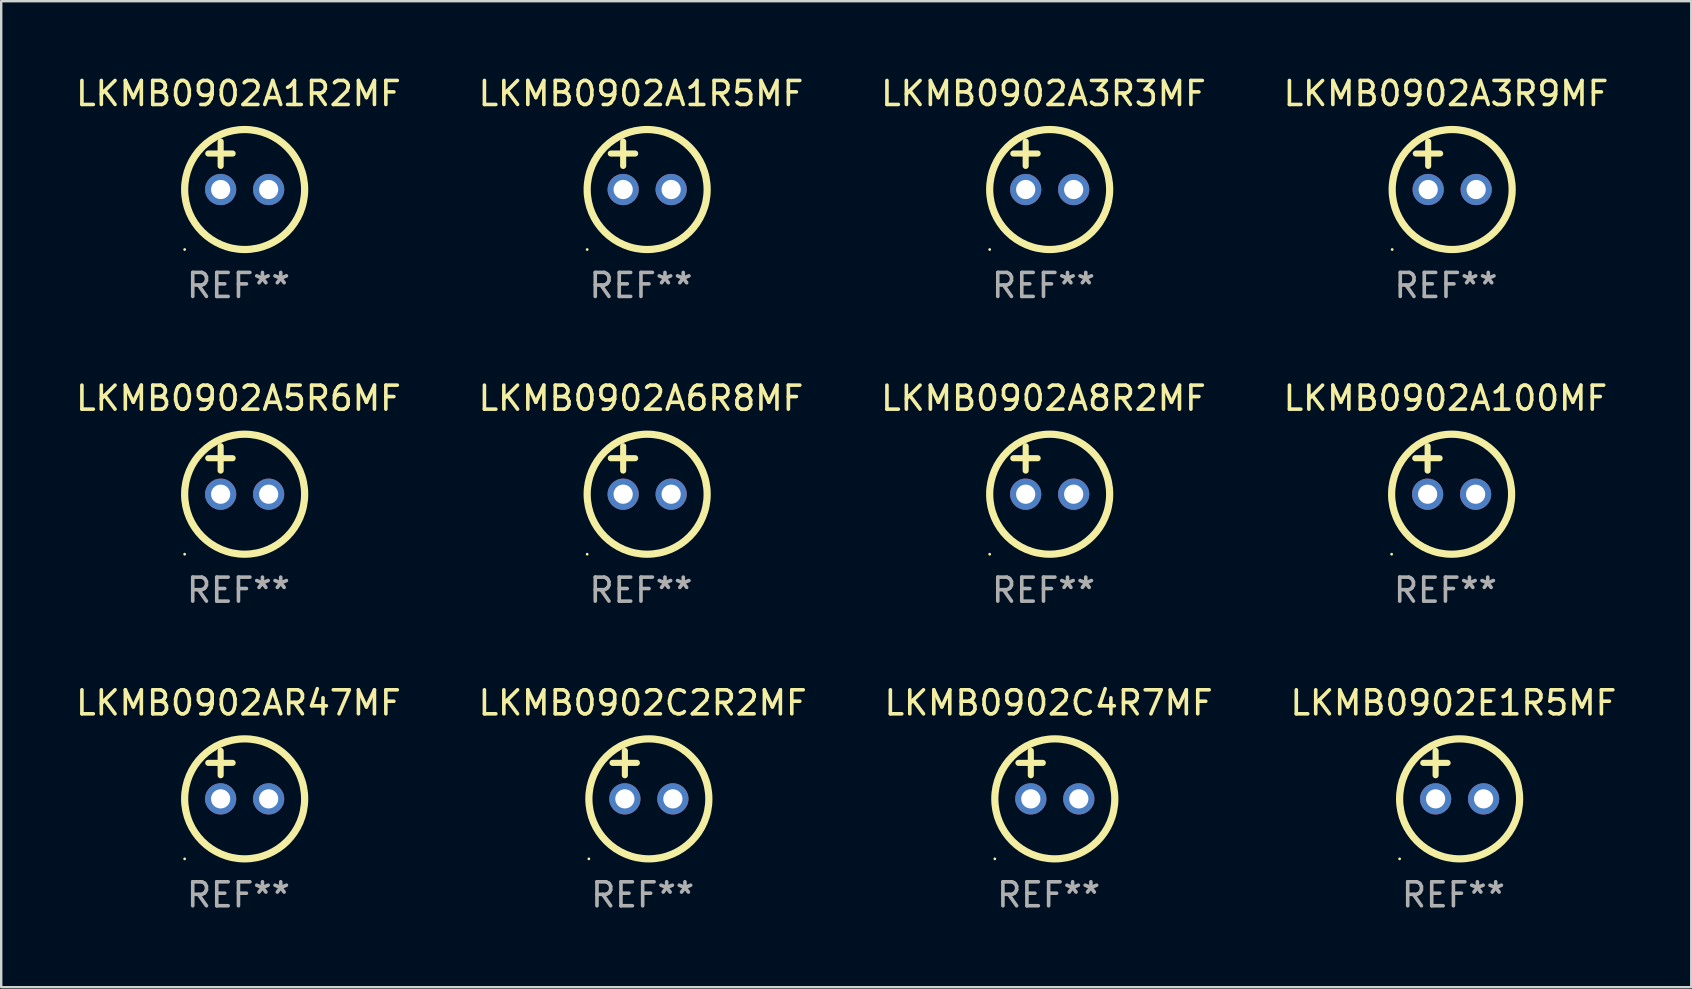
<source format=kicad_pcb>
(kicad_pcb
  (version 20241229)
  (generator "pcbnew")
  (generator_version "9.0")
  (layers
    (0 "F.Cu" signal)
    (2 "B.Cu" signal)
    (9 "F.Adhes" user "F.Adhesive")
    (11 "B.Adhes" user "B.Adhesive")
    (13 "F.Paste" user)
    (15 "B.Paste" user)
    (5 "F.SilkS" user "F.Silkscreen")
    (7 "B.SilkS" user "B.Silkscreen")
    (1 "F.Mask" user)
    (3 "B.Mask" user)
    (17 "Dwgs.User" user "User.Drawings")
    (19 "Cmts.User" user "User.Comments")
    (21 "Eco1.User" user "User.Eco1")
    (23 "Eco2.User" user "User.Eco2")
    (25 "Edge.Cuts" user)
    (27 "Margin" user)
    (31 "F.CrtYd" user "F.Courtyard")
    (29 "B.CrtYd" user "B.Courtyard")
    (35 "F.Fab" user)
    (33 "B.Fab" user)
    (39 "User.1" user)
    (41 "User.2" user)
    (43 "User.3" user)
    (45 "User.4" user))
  (footprint "LKMB0902A1R2MF"
    (layer "F.Cu")
    (at 6.887 3.848)
    (property "Reference" "LKMB0902A1R2MF" (at 0 -3 0) (layer "F.SilkS") (effects (font (size 1 1) (thickness 0.15))))
    (attr through_hole)
    (fp_line (start -1.258 -0.5) (end -0.242 -0.5) (stroke (width 0.254) (type solid)) (layer "F.SilkS"))
    (fp_line (start -0.742 -1) (end -0.742 0.016) (stroke (width 0.254) (type solid)) (layer "F.SilkS"))
    (fp_circle (center -2.242 3.5) (end -2.212 3.5) (stroke (width 0.06) (type solid)) (fill no) (layer "F.SilkS"))
    (fp_circle (center 0.258 1) (end 2.758 1) (stroke (width 0.3) (type solid)) (fill no) (layer "F.SilkS"))
    (fp_text user "REF**" (at 0 5 0) (layer "F.Fab") (effects (font (size 1 1) (thickness 0.15))))
    (pad "1" thru_hole circle (at -0.742 1) (size 1.3 1.3) (drill 0.8) (layers "*.Cu" "*.Mask"))
    (pad "2" thru_hole circle (at 1.258 1) (size 1.3 1.3) (drill 0.8) (layers "*.Cu" "*.Mask")))
  (footprint "LKMB0902AR47MF"
    (layer "F.Cu")
    (at 6.887 29.241)
    (property "Reference" "LKMB0902AR47MF" (at 0 -3 0) (layer "F.SilkS") (effects (font (size 1 1) (thickness 0.15))))
    (attr through_hole)
    (fp_line (start -1.258 -0.5) (end -0.242 -0.5) (stroke (width 0.254) (type solid)) (layer "F.SilkS"))
    (fp_line (start -0.742 -1) (end -0.742 0.016) (stroke (width 0.254) (type solid)) (layer "F.SilkS"))
    (fp_circle (center -2.242 3.5) (end -2.212 3.5) (stroke (width 0.06) (type solid)) (fill no) (layer "F.SilkS"))
    (fp_circle (center 0.258 1) (end 2.758 1) (stroke (width 0.3) (type solid)) (fill no) (layer "F.SilkS"))
    (fp_text user "REF**" (at 0 5 0) (layer "F.Fab") (effects (font (size 1 1) (thickness 0.15))))
    (pad "1" thru_hole circle (at -0.742 1) (size 1.3 1.3) (drill 0.8) (layers "*.Cu" "*.Mask"))
    (pad "2" thru_hole circle (at 1.258 1) (size 1.3 1.3) (drill 0.8) (layers "*.Cu" "*.Mask")))
  (footprint "LKMB0902A3R9MF"
    (layer "F.Cu")
    (at 57.208 3.848)
    (property "Reference" "LKMB0902A3R9MF" (at 0 -3 0) (layer "F.SilkS") (effects (font (size 1 1) (thickness 0.15))))
    (attr through_hole)
    (fp_line (start -1.258 -0.5) (end -0.242 -0.5) (stroke (width 0.254) (type solid)) (layer "F.SilkS"))
    (fp_line (start -0.742 -1) (end -0.742 0.016) (stroke (width 0.254) (type solid)) (layer "F.SilkS"))
    (fp_circle (center -2.242 3.5) (end -2.212 3.5) (stroke (width 0.06) (type solid)) (fill no) (layer "F.SilkS"))
    (fp_circle (center 0.258 1) (end 2.758 1) (stroke (width 0.3) (type solid)) (fill no) (layer "F.SilkS"))
    (fp_text user "REF**" (at 0 5 0) (layer "F.Fab") (effects (font (size 1 1) (thickness 0.15))))
    (pad "1" thru_hole circle (at -0.742 1) (size 1.3 1.3) (drill 0.8) (layers "*.Cu" "*.Mask"))
    (pad "2" thru_hole circle (at 1.258 1) (size 1.3 1.3) (drill 0.8) (layers "*.Cu" "*.Mask")))
  (footprint "LKMB0902C2R2MF"
    (layer "F.Cu")
    (at 23.732 29.241)
    (property "Reference" "LKMB0902C2R2MF" (at 0 -3 0) (layer "F.SilkS") (effects (font (size 1 1) (thickness 0.15))))
    (attr through_hole)
    (fp_line (start -1.258 -0.5) (end -0.242 -0.5) (stroke (width 0.254) (type solid)) (layer "F.SilkS"))
    (fp_line (start -0.742 -1) (end -0.742 0.016) (stroke (width 0.254) (type solid)) (layer "F.SilkS"))
    (fp_circle (center -2.242 3.5) (end -2.212 3.5) (stroke (width 0.06) (type solid)) (fill no) (layer "F.SilkS"))
    (fp_circle (center 0.258 1) (end 2.758 1) (stroke (width 0.3) (type solid)) (fill no) (layer "F.SilkS"))
    (fp_text user "REF**" (at 0 5 0) (layer "F.Fab") (effects (font (size 1 1) (thickness 0.15))))
    (pad "1" thru_hole circle (at -0.742 1) (size 1.3 1.3) (drill 0.8) (layers "*.Cu" "*.Mask"))
    (pad "2" thru_hole circle (at 1.258 1) (size 1.3 1.3) (drill 0.8) (layers "*.Cu" "*.Mask")))
  (footprint "LKMB0902E1R5MF"
    (layer "F.Cu")
    (at 57.518 29.241)
    (property "Reference" "LKMB0902E1R5MF" (at 0 -3 0) (layer "F.SilkS") (effects (font (size 1 1) (thickness 0.15))))
    (attr through_hole)
    (fp_line (start -1.258 -0.5) (end -0.242 -0.5) (stroke (width 0.254) (type solid)) (layer "F.SilkS"))
    (fp_line (start -0.742 -1) (end -0.742 0.016) (stroke (width 0.254) (type solid)) (layer "F.SilkS"))
    (fp_circle (center -2.242 3.5) (end -2.212 3.5) (stroke (width 0.06) (type solid)) (fill no) (layer "F.SilkS"))
    (fp_circle (center 0.258 1) (end 2.758 1) (stroke (width 0.3) (type solid)) (fill no) (layer "F.SilkS"))
    (fp_text user "REF**" (at 0 5 0) (layer "F.Fab") (effects (font (size 1 1) (thickness 0.15))))
    (pad "1" thru_hole circle (at -0.742 1) (size 1.3 1.3) (drill 0.8) (layers "*.Cu" "*.Mask"))
    (pad "2" thru_hole circle (at 1.258 1) (size 1.3 1.3) (drill 0.8) (layers "*.Cu" "*.Mask")))
  (footprint "LKMB0902A100MF"
    (layer "F.Cu")
    (at 57.185 16.545)
    (property "Reference" "LKMB0902A100MF" (at 0 -3 0) (layer "F.SilkS") (effects (font (size 1 1) (thickness 0.15))))
    (attr through_hole)
    (fp_line (start -1.258 -0.5) (end -0.242 -0.5) (stroke (width 0.254) (type solid)) (layer "F.SilkS"))
    (fp_line (start -0.742 -1) (end -0.742 0.016) (stroke (width 0.254) (type solid)) (layer "F.SilkS"))
    (fp_circle (center -2.242 3.5) (end -2.212 3.5) (stroke (width 0.06) (type solid)) (fill no) (layer "F.SilkS"))
    (fp_circle (center 0.258 1) (end 2.758 1) (stroke (width 0.3) (type solid)) (fill no) (layer "F.SilkS"))
    (fp_text user "REF**" (at 0 5 0) (layer "F.Fab") (effects (font (size 1 1) (thickness 0.15))))
    (pad "1" thru_hole circle (at -0.742 1) (size 1.3 1.3) (drill 0.8) (layers "*.Cu" "*.Mask"))
    (pad "2" thru_hole circle (at 1.258 1) (size 1.3 1.3) (drill 0.8) (layers "*.Cu" "*.Mask")))
  (footprint "LKMB0902A1R5MF"
    (layer "F.Cu")
    (at 23.661 3.848)
    (property "Reference" "LKMB0902A1R5MF" (at 0 -3 0) (layer "F.SilkS") (effects (font (size 1 1) (thickness 0.15))))
    (attr through_hole)
    (fp_line (start -1.258 -0.5) (end -0.242 -0.5) (stroke (width 0.254) (type solid)) (layer "F.SilkS"))
    (fp_line (start -0.742 -1) (end -0.742 0.016) (stroke (width 0.254) (type solid)) (layer "F.SilkS"))
    (fp_circle (center -2.242 3.5) (end -2.212 3.5) (stroke (width 0.06) (type solid)) (fill no) (layer "F.SilkS"))
    (fp_circle (center 0.258 1) (end 2.758 1) (stroke (width 0.3) (type solid)) (fill no) (layer "F.SilkS"))
    (fp_text user "REF**" (at 0 5 0) (layer "F.Fab") (effects (font (size 1 1) (thickness 0.15))))
    (pad "1" thru_hole circle (at -0.742 1) (size 1.3 1.3) (drill 0.8) (layers "*.Cu" "*.Mask"))
    (pad "2" thru_hole circle (at 1.258 1) (size 1.3 1.3) (drill 0.8) (layers "*.Cu" "*.Mask")))
  (footprint "LKMB0902A5R6MF"
    (layer "F.Cu")
    (at 6.887 16.545)
    (property "Reference" "LKMB0902A5R6MF" (at 0 -3 0) (layer "F.SilkS") (effects (font (size 1 1) (thickness 0.15))))
    (attr through_hole)
    (fp_line (start -1.258 -0.5) (end -0.242 -0.5) (stroke (width 0.254) (type solid)) (layer "F.SilkS"))
    (fp_line (start -0.742 -1) (end -0.742 0.016) (stroke (width 0.254) (type solid)) (layer "F.SilkS"))
    (fp_circle (center -2.242 3.5) (end -2.212 3.5) (stroke (width 0.06) (type solid)) (fill no) (layer "F.SilkS"))
    (fp_circle (center 0.258 1) (end 2.758 1) (stroke (width 0.3) (type solid)) (fill no) (layer "F.SilkS"))
    (fp_text user "REF**" (at 0 5 0) (layer "F.Fab") (effects (font (size 1 1) (thickness 0.15))))
    (pad "1" thru_hole circle (at -0.742 1) (size 1.3 1.3) (drill 0.8) (layers "*.Cu" "*.Mask"))
    (pad "2" thru_hole circle (at 1.258 1) (size 1.3 1.3) (drill 0.8) (layers "*.Cu" "*.Mask")))
  (footprint "LKMB0902A8R2MF"
    (layer "F.Cu")
    (at 40.435 16.545)
    (property "Reference" "LKMB0902A8R2MF" (at 0 -3 0) (layer "F.SilkS") (effects (font (size 1 1) (thickness 0.15))))
    (attr through_hole)
    (fp_line (start -1.258 -0.5) (end -0.242 -0.5) (stroke (width 0.254) (type solid)) (layer "F.SilkS"))
    (fp_line (start -0.742 -1) (end -0.742 0.016) (stroke (width 0.254) (type solid)) (layer "F.SilkS"))
    (fp_circle (center -2.242 3.5) (end -2.212 3.5) (stroke (width 0.06) (type solid)) (fill no) (layer "F.SilkS"))
    (fp_circle (center 0.258 1) (end 2.758 1) (stroke (width 0.3) (type solid)) (fill no) (layer "F.SilkS"))
    (fp_text user "REF**" (at 0 5 0) (layer "F.Fab") (effects (font (size 1 1) (thickness 0.15))))
    (pad "1" thru_hole circle (at -0.742 1) (size 1.3 1.3) (drill 0.8) (layers "*.Cu" "*.Mask"))
    (pad "2" thru_hole circle (at 1.258 1) (size 1.3 1.3) (drill 0.8) (layers "*.Cu" "*.Mask")))
  (footprint "LKMB0902A6R8MF"
    (layer "F.Cu")
    (at 23.661 16.545)
    (property "Reference" "LKMB0902A6R8MF" (at 0 -3 0) (layer "F.SilkS") (effects (font (size 1 1) (thickness 0.15))))
    (attr through_hole)
    (fp_line (start -1.258 -0.5) (end -0.242 -0.5) (stroke (width 0.254) (type solid)) (layer "F.SilkS"))
    (fp_line (start -0.742 -1) (end -0.742 0.016) (stroke (width 0.254) (type solid)) (layer "F.SilkS"))
    (fp_circle (center -2.242 3.5) (end -2.212 3.5) (stroke (width 0.06) (type solid)) (fill no) (layer "F.SilkS"))
    (fp_circle (center 0.258 1) (end 2.758 1) (stroke (width 0.3) (type solid)) (fill no) (layer "F.SilkS"))
    (fp_text user "REF**" (at 0 5 0) (layer "F.Fab") (effects (font (size 1 1) (thickness 0.15))))
    (pad "1" thru_hole circle (at -0.742 1) (size 1.3 1.3) (drill 0.8) (layers "*.Cu" "*.Mask"))
    (pad "2" thru_hole circle (at 1.258 1) (size 1.3 1.3) (drill 0.8) (layers "*.Cu" "*.Mask")))
  (footprint "LKMB0902C4R7MF"
    (layer "F.Cu")
    (at 40.649 29.241)
    (property "Reference" "LKMB0902C4R7MF" (at 0 -3 0) (layer "F.SilkS") (effects (font (size 1 1) (thickness 0.15))))
    (attr through_hole)
    (fp_line (start -1.258 -0.5) (end -0.242 -0.5) (stroke (width 0.254) (type solid)) (layer "F.SilkS"))
    (fp_line (start -0.742 -1) (end -0.742 0.016) (stroke (width 0.254) (type solid)) (layer "F.SilkS"))
    (fp_circle (center -2.242 3.5) (end -2.212 3.5) (stroke (width 0.06) (type solid)) (fill no) (layer "F.SilkS"))
    (fp_circle (center 0.258 1) (end 2.758 1) (stroke (width 0.3) (type solid)) (fill no) (layer "F.SilkS"))
    (fp_text user "REF**" (at 0 5 0) (layer "F.Fab") (effects (font (size 1 1) (thickness 0.15))))
    (pad "1" thru_hole circle (at -0.742 1) (size 1.3 1.3) (drill 0.8) (layers "*.Cu" "*.Mask"))
    (pad "2" thru_hole circle (at 1.258 1) (size 1.3 1.3) (drill 0.8) (layers "*.Cu" "*.Mask")))
  (footprint "LKMB0902A3R3MF"
    (layer "F.Cu")
    (at 40.435 3.848)
    (property "Reference" "LKMB0902A3R3MF" (at 0 -3 0) (layer "F.SilkS") (effects (font (size 1 1) (thickness 0.15))))
    (attr through_hole)
    (fp_line (start -1.258 -0.5) (end -0.242 -0.5) (stroke (width 0.254) (type solid)) (layer "F.SilkS"))
    (fp_line (start -0.742 -1) (end -0.742 0.016) (stroke (width 0.254) (type solid)) (layer "F.SilkS"))
    (fp_circle (center -2.242 3.5) (end -2.212 3.5) (stroke (width 0.06) (type solid)) (fill no) (layer "F.SilkS"))
    (fp_circle (center 0.258 1) (end 2.758 1) (stroke (width 0.3) (type solid)) (fill no) (layer "F.SilkS"))
    (fp_text user "REF**" (at 0 5 0) (layer "F.Fab") (effects (font (size 1 1) (thickness 0.15))))
    (pad "1" thru_hole circle (at -0.742 1) (size 1.3 1.3) (drill 0.8) (layers "*.Cu" "*.Mask"))
    (pad "2" thru_hole circle (at 1.258 1) (size 1.3 1.3) (drill 0.8) (layers "*.Cu" "*.Mask")))
  (gr_rect
    (start -3 -3)
    (end 67.429 38.09)
    (stroke (width 0.1) (type default))
    (fill no)
    (layer "Edge.Cuts")))
</source>
